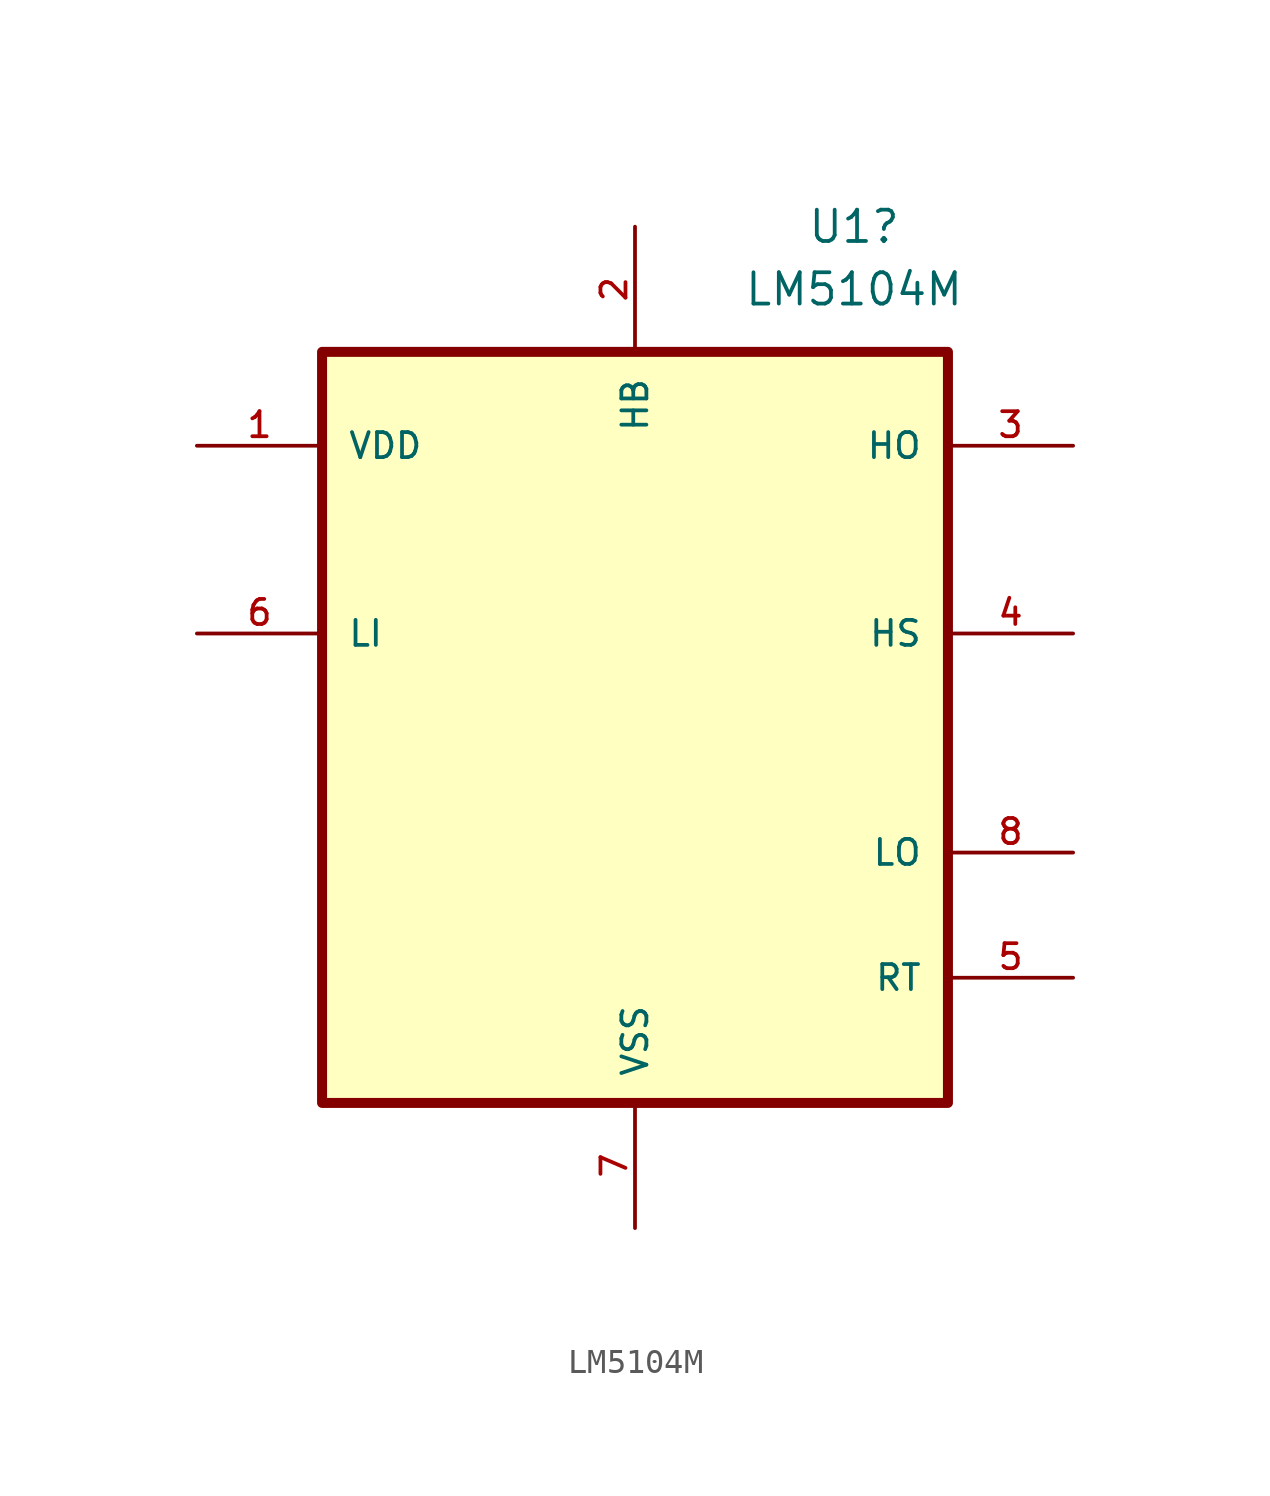
<source format=kicad_sym>
(kicad_symbol_lib
  (version 20211014)
  (generator kicad_symbol_editor)
  (symbol "LM5104M"
    (pin_names
      (offset 1.016))
    (property "Reference" "U1"
      (at 8.89 20.32 0)
      (effects (font (size 1.27 1.27))))
    (property "Value" "LM5104M"
      (at 8.89 17.78 0)
      (effects (font (size 1.27 1.27))))
    (property "ki_locked" ""
      (at 0 0 0)
      (effects (font (size 1.27 1.27))))
    (symbol "LM5104M_0_0"
      (rectangle (start -12.7 -15.24) (end 12.7 15.24) (stroke (width 0.406) (type default) (color 0 0 0 0)) (fill (type background)))
      (pin power_in line (at -17.78 11.43 0) (length 5.08) (name "VDD" (effects (font (size 1.016 1.016)))) (number "1" (effects (font (size 1.016 1.016)))))
      (pin bidirectional line (at 0 20.32 270) (length 5.08) (name "HB" (effects (font (size 1.016 1.016)))) (number "2" (effects (font (size 1.016 1.016)))))
      (pin output line (at 17.78 11.43 180) (length 5.08) (name "HO" (effects (font (size 1.016 1.016)))) (number "3" (effects (font (size 1.016 1.016)))))
      (pin bidirectional line (at 17.78 3.81 180) (length 5.08) (name "HS" (effects (font (size 1.016 1.016)))) (number "4" (effects (font (size 1.016 1.016)))))
      (pin input line (at 17.78 -10.16 180) (length 5.08) (name "RT" (effects (font (size 1.016 1.016)))) (number "5" (effects (font (size 1.016 1.016)))))
      (pin input line (at -17.78 3.81 0) (length 5.08) (name "LI" (effects (font (size 1.016 1.016)))) (number "6" (effects (font (size 1.016 1.016)))))
      (pin power_in line (at 0 -20.32 90) (length 5.08) (name "VSS" (effects (font (size 1.016 1.016)))) (number "7" (effects (font (size 1.016 1.016)))))
      (pin output line (at 17.78 -5.08 180) (length 5.08) (name "LO" (effects (font (size 1.016 1.016)))) (number "8" (effects (font (size 1.016 1.016))))))))
</source>
